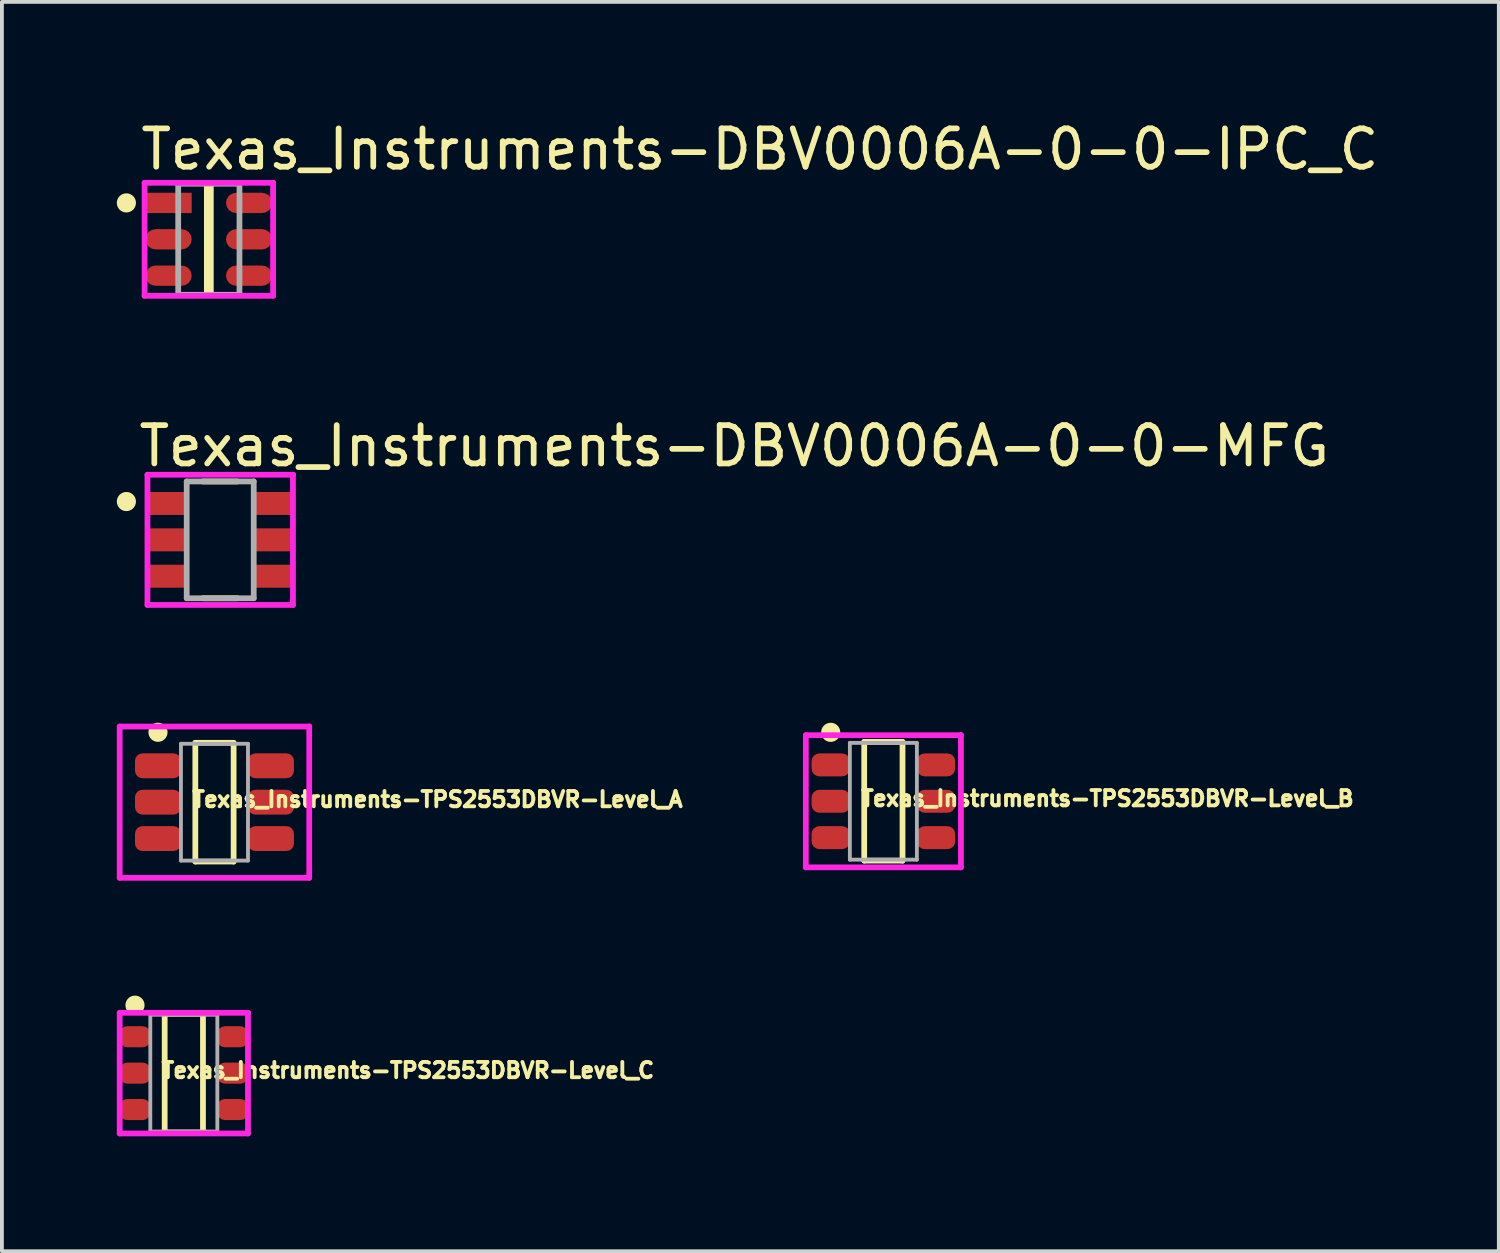
<source format=kicad_pcb>
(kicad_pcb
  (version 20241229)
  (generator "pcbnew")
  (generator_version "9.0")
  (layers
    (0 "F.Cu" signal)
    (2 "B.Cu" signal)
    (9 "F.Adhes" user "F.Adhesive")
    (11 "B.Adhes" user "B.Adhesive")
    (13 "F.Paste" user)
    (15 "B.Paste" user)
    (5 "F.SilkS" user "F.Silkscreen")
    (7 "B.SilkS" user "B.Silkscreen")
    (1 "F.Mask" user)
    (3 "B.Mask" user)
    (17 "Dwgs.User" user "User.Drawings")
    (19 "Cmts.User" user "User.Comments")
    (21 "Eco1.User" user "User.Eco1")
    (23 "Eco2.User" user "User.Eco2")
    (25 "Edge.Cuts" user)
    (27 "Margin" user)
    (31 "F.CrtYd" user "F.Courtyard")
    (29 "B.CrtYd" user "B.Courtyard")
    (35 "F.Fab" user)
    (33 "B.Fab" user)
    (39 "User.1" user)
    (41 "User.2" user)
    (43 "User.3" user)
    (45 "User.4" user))
  (footprint "Texas_Instruments-TPS2553DBVR-Level_B"
    (layer "F.Cu")
    (at 20.016 17.872)
    (property "Reference" "Texas_Instruments-TPS2553DBVR-Level_B" (at -0.635 -0.073 0) (layer "F.SilkS") (effects (font (size 0.4 0.4) (thickness 0.15)) (justify left)))
    (attr through_hole)
    (fp_line (start -0.5 -1.55) (end 0.5 -1.55) (stroke (width 0.15) (type solid)) (layer "F.SilkS"))
    (fp_line (start -0.5 1.55) (end -0.5 -1.55) (stroke (width 0.15) (type solid)) (layer "F.SilkS"))
    (fp_line (start -0.5 1.55) (end 0.5 1.55) (stroke (width 0.15) (type solid)) (layer "F.SilkS"))
    (fp_line (start 0.5 1.55) (end 0.5 -1.55) (stroke (width 0.15) (type solid)) (layer "F.SilkS"))
    (fp_circle (center -1.375 -1.8) (end -1.25 -1.8) (stroke (width 0.25) (type solid)) (fill no) (layer "F.SilkS"))
    (fp_line (start -2.025 -1.725) (end -2.025 1.725) (stroke (width 0.15) (type solid)) (layer "F.CrtYd"))
    (fp_line (start -2.025 1.725) (end 2.025 1.725) (stroke (width 0.15) (type solid)) (layer "F.CrtYd"))
    (fp_line (start 2.025 -1.725) (end -2.025 -1.725) (stroke (width 0.15) (type solid)) (layer "F.CrtYd"))
    (fp_line (start 2.025 -1.725) (end 2.025 -1.725) (stroke (width 0.15) (type solid)) (layer "F.CrtYd"))
    (fp_line (start 2.025 1.725) (end 2.025 -1.725) (stroke (width 0.15) (type solid)) (layer "F.CrtYd"))
    (fp_line (start -0.875 -1.525) (end 0.875 -1.525) (stroke (width 0.1) (type solid)) (layer "F.Fab"))
    (fp_line (start -0.875 1.525) (end -0.875 -1.525) (stroke (width 0.1) (type solid)) (layer "F.Fab"))
    (fp_line (start -0.875 1.525) (end 0.875 1.525) (stroke (width 0.1) (type solid)) (layer "F.Fab"))
    (fp_line (start 0.875 1.525) (end 0.875 -1.525) (stroke (width 0.1) (type solid)) (layer "F.Fab"))
    (pad "1" smd roundrect (at -1.375 -0.95 270) (size 0.6 1) (layers "F.Cu" "F.Mask" "F.Paste") (roundrect_rratio 0.34))
    (pad "2" smd roundrect (at -1.375 -0.000001 270) (size 0.6 1) (layers "F.Cu" "F.Mask" "F.Paste") (roundrect_rratio 0.34))
    (pad "3" smd roundrect (at -1.375 0.95 270) (size 0.6 1) (layers "F.Cu" "F.Mask" "F.Paste") (roundrect_rratio 0.34))
    (pad "4" smd roundrect (at 1.375 0.95 270) (size 0.6 1) (layers "F.Cu" "F.Mask" "F.Paste") (roundrect_rratio 0.34))
    (pad "5" smd roundrect (at 1.375 -0.000001 270) (size 0.6 1) (layers "F.Cu" "F.Mask" "F.Paste") (roundrect_rratio 0.34))
    (pad "6" smd roundrect (at 1.375 -0.95 270) (size 0.6 1) (layers "F.Cu" "F.Mask" "F.Paste") (roundrect_rratio 0.34)))
  (footprint "Texas_Instruments-DBV0006A-0-0-IPC_C"
    (layer "F.Cu")
    (at 2.403 3.198)
    (property "Reference" "Texas_Instruments-DBV0006A-0-0-IPC_C" (at -1.853 -2.35 0) (layer "F.SilkS") (effects (font (size 1 1) (thickness 0.15)) (justify left)))
    (attr through_hole)
    (fp_line (start -0.052 -1.45) (end -0.052 1.45) (stroke (width 0.15) (type solid)) (layer "F.SilkS"))
    (fp_line (start -0.052 1.45) (end 0.052 1.45) (stroke (width 0.15) (type solid)) (layer "F.SilkS"))
    (fp_line (start 0.052 -1.45) (end -0.052 -1.45) (stroke (width 0.15) (type solid)) (layer "F.SilkS"))
    (fp_line (start 0.052 1.45) (end 0.052 -1.45) (stroke (width 0.15) (type solid)) (layer "F.SilkS"))
    (fp_circle (center -2.153 -0.95) (end -2.028 -0.95) (stroke (width 0.25) (type solid)) (fill no) (layer "F.SilkS"))
    (fp_line (start -1.678 -1.475) (end -1.678 1.475) (stroke (width 0.15) (type solid)) (layer "F.CrtYd"))
    (fp_line (start -1.678 1.475) (end 1.678 1.475) (stroke (width 0.15) (type solid)) (layer "F.CrtYd"))
    (fp_line (start 1.678 -1.475) (end -1.678 -1.475) (stroke (width 0.15) (type solid)) (layer "F.CrtYd"))
    (fp_line (start 1.678 -1.475) (end 1.678 -1.475) (stroke (width 0.15) (type solid)) (layer "F.CrtYd"))
    (fp_line (start 1.678 1.475) (end 1.678 -1.475) (stroke (width 0.15) (type solid)) (layer "F.CrtYd"))
    (fp_line (start -0.8 -1.45) (end 0.8 -1.45) (stroke (width 0.15) (type solid)) (layer "F.Fab"))
    (fp_line (start -0.8 1.45) (end -0.8 -1.45) (stroke (width 0.15) (type solid)) (layer "F.Fab"))
    (fp_line (start 0.8 -1.45) (end 0.8 1.45) (stroke (width 0.15) (type solid)) (layer "F.Fab"))
    (fp_line (start 0.8 1.45) (end -0.8 1.45) (stroke (width 0.15) (type solid)) (layer "F.Fab"))
    (pad "1" smd rect (at -1.05 -0.95) (size 1.205 0.53) (layers "F.Cu" "F.Mask" "F.Paste"))
    (pad "2" smd roundrect (at -1.05 0.000001) (size 1.205 0.53) (layers "F.Cu" "F.Mask" "F.Paste") (roundrect_rratio 0.5))
    (pad "3" smd roundrect (at -1.05 0.95) (size 1.205 0.53) (layers "F.Cu" "F.Mask" "F.Paste") (roundrect_rratio 0.5))
    (pad "4" smd roundrect (at 1.05 0.95) (size 1.205 0.53) (layers "F.Cu" "F.Mask" "F.Paste") (roundrect_rratio 0.5))
    (pad "5" smd roundrect (at 1.05 0.000001) (size 1.205 0.53) (layers "F.Cu" "F.Mask" "F.Paste") (roundrect_rratio 0.5))
    (pad "6" smd roundrect (at 1.05 -0.95) (size 1.205 0.53) (layers "F.Cu" "F.Mask" "F.Paste") (roundrect_rratio 0.5)))
  (footprint "Texas_Instruments-DBV0006A-0-0-MFG"
    (layer "F.Cu")
    (at 2.7 11.046)
    (property "Reference" "Texas_Instruments-DBV0006A-0-0-MFG" (at -2.2 -2.45 0) (layer "F.SilkS") (effects (font (size 1 1) (thickness 0.15)) (justify left)))
    (attr through_hole)
    (fp_line (start -0.45 -1.525) (end 0.45 -1.525) (stroke (width 0.15) (type solid)) (layer "F.SilkS"))
    (fp_line (start -0.45 1.525) (end 0.45 1.525) (stroke (width 0.15) (type solid)) (layer "F.SilkS"))
    (fp_circle (center -2.45 -1) (end -2.325 -1) (stroke (width 0.25) (type solid)) (fill no) (layer "F.SilkS"))
    (fp_line (start -1.9 -1.7) (end -1.9 1.7) (stroke (width 0.15) (type solid)) (layer "F.CrtYd"))
    (fp_line (start -1.9 1.7) (end 1.9 1.7) (stroke (width 0.15) (type solid)) (layer "F.CrtYd"))
    (fp_line (start 1.9 -1.7) (end -1.9 -1.7) (stroke (width 0.15) (type solid)) (layer "F.CrtYd"))
    (fp_line (start 1.9 -1.7) (end 1.9 -1.7) (stroke (width 0.15) (type solid)) (layer "F.CrtYd"))
    (fp_line (start 1.9 1.7) (end 1.9 -1.7) (stroke (width 0.15) (type solid)) (layer "F.CrtYd"))
    (fp_line (start -0.875 -1.525) (end 0.875 -1.525) (stroke (width 0.15) (type solid)) (layer "F.Fab"))
    (fp_line (start -0.875 1.525) (end -0.875 -1.525) (stroke (width 0.15) (type solid)) (layer "F.Fab"))
    (fp_line (start 0.875 -1.525) (end 0.875 1.525) (stroke (width 0.15) (type solid)) (layer "F.Fab"))
    (fp_line (start 0.875 1.525) (end -0.875 1.525) (stroke (width 0.15) (type solid)) (layer "F.Fab"))
    (pad "" smd rect (at -1.35 -0.95) (size 1 0.55) (layers "F.Paste"))
    (pad "" smd rect (at -1.35 0) (size 1 0.55) (layers "F.Paste"))
    (pad "" smd rect (at -1.35 0.95) (size 1 0.55) (layers "F.Paste"))
    (pad "" smd rect (at 1.35 -0.95) (size 1 0.55) (layers "F.Paste"))
    (pad "" smd rect (at 1.35 0) (size 1 0.55) (layers "F.Paste"))
    (pad "" smd rect (at 1.35 0.95) (size 1 0.55) (layers "F.Paste"))
    (pad "1" smd rect (at -1.35 -0.95) (size 1.05 0.6) (layers "F.Cu" "F.Mask"))
    (pad "2" smd rect (at -1.35 0) (size 1.05 0.6) (layers "F.Cu" "F.Mask"))
    (pad "3" smd rect (at -1.35 0.95) (size 1.05 0.6) (layers "F.Cu" "F.Mask"))
    (pad "4" smd rect (at 1.35 0.95) (size 1.05 0.6) (layers "F.Cu" "F.Mask"))
    (pad "5" smd rect (at 1.35 0) (size 1.05 0.6) (layers "F.Cu" "F.Mask"))
    (pad "6" smd rect (at 1.35 -0.95) (size 1.05 0.6) (layers "F.Cu" "F.Mask")))
  (footprint "Texas_Instruments-TPS2553DBVR-Level_C"
    (layer "F.Cu")
    (at 1.75 24.971)
    (property "Reference" "Texas_Instruments-TPS2553DBVR-Level_C" (at -0.635 -0.073 0) (layer "F.SilkS") (effects (font (size 0.4 0.4) (thickness 0.15)) (justify left)))
    (attr through_hole)
    (fp_line (start -0.5 -1.55) (end 0.5 -1.55) (stroke (width 0.15) (type solid)) (layer "F.SilkS"))
    (fp_line (start -0.5 1.55) (end -0.5 -1.55) (stroke (width 0.15) (type solid)) (layer "F.SilkS"))
    (fp_line (start -0.5 1.55) (end 0.5 1.55) (stroke (width 0.15) (type solid)) (layer "F.SilkS"))
    (fp_line (start 0.5 1.55) (end 0.5 -1.55) (stroke (width 0.15) (type solid)) (layer "F.SilkS"))
    (fp_circle (center -1.275 -1.775) (end -1.15 -1.775) (stroke (width 0.25) (type solid)) (fill no) (layer "F.SilkS"))
    (fp_line (start -1.675 -1.575) (end -1.675 1.575) (stroke (width 0.15) (type solid)) (layer "F.CrtYd"))
    (fp_line (start -1.675 1.575) (end 1.675 1.575) (stroke (width 0.15) (type solid)) (layer "F.CrtYd"))
    (fp_line (start 1.675 -1.575) (end -1.675 -1.575) (stroke (width 0.15) (type solid)) (layer "F.CrtYd"))
    (fp_line (start 1.675 -1.575) (end 1.675 -1.575) (stroke (width 0.15) (type solid)) (layer "F.CrtYd"))
    (fp_line (start 1.675 1.575) (end 1.675 -1.575) (stroke (width 0.15) (type solid)) (layer "F.CrtYd"))
    (fp_line (start -0.875 -1.525) (end 0.875 -1.525) (stroke (width 0.1) (type solid)) (layer "F.Fab"))
    (fp_line (start -0.875 1.525) (end -0.875 -1.525) (stroke (width 0.1) (type solid)) (layer "F.Fab"))
    (fp_line (start -0.875 1.525) (end 0.875 1.525) (stroke (width 0.1) (type solid)) (layer "F.Fab"))
    (fp_line (start 0.875 1.525) (end 0.875 -1.525) (stroke (width 0.1) (type solid)) (layer "F.Fab"))
    (pad "1" smd roundrect (at -1.275 -0.95 270) (size 0.55 0.8) (layers "F.Cu" "F.Mask" "F.Paste") (roundrect_rratio 0.36))
    (pad "2" smd roundrect (at -1.275 -0.000001 270) (size 0.55 0.8) (layers "F.Cu" "F.Mask" "F.Paste") (roundrect_rratio 0.36))
    (pad "3" smd roundrect (at -1.275 0.95 270) (size 0.55 0.8) (layers "F.Cu" "F.Mask" "F.Paste") (roundrect_rratio 0.36))
    (pad "4" smd roundrect (at 1.275 0.95 270) (size 0.55 0.8) (layers "F.Cu" "F.Mask" "F.Paste") (roundrect_rratio 0.36))
    (pad "5" smd roundrect (at 1.275 -0.000001 270) (size 0.55 0.8) (layers "F.Cu" "F.Mask" "F.Paste") (roundrect_rratio 0.36))
    (pad "6" smd roundrect (at 1.275 -0.95 270) (size 0.55 0.8) (layers "F.Cu" "F.Mask" "F.Paste") (roundrect_rratio 0.36)))
  (footprint "Texas_Instruments-TPS2553DBVR-Level_A"
    (layer "F.Cu")
    (at 2.55 17.896)
    (property "Reference" "Texas_Instruments-TPS2553DBVR-Level_A" (at -0.635 -0.073 0) (layer "F.SilkS") (effects (font (size 0.4 0.4) (thickness 0.15)) (justify left)))
    (attr through_hole)
    (fp_line (start -0.5 -1.55) (end 0.5 -1.55) (stroke (width 0.15) (type solid)) (layer "F.SilkS"))
    (fp_line (start -0.5 1.55) (end -0.5 -1.55) (stroke (width 0.15) (type solid)) (layer "F.SilkS"))
    (fp_line (start -0.5 1.55) (end 0.5 1.55) (stroke (width 0.15) (type solid)) (layer "F.SilkS"))
    (fp_line (start 0.5 1.55) (end 0.5 -1.55) (stroke (width 0.15) (type solid)) (layer "F.SilkS"))
    (fp_circle (center -1.475 -1.825) (end -1.35 -1.825) (stroke (width 0.25) (type solid)) (fill no) (layer "F.SilkS"))
    (fp_line (start -2.475 -1.975) (end -2.475 1.975) (stroke (width 0.15) (type solid)) (layer "F.CrtYd"))
    (fp_line (start -2.475 1.975) (end 2.475 1.975) (stroke (width 0.15) (type solid)) (layer "F.CrtYd"))
    (fp_line (start 2.475 -1.975) (end -2.475 -1.975) (stroke (width 0.15) (type solid)) (layer "F.CrtYd"))
    (fp_line (start 2.475 -1.975) (end 2.475 -1.975) (stroke (width 0.15) (type solid)) (layer "F.CrtYd"))
    (fp_line (start 2.475 1.975) (end 2.475 -1.975) (stroke (width 0.15) (type solid)) (layer "F.CrtYd"))
    (fp_line (start -0.875 -1.525) (end 0.875 -1.525) (stroke (width 0.1) (type solid)) (layer "F.Fab"))
    (fp_line (start -0.875 1.525) (end -0.875 -1.525) (stroke (width 0.1) (type solid)) (layer "F.Fab"))
    (fp_line (start -0.875 1.525) (end 0.875 1.525) (stroke (width 0.1) (type solid)) (layer "F.Fab"))
    (fp_line (start 0.875 1.525) (end 0.875 -1.525) (stroke (width 0.1) (type solid)) (layer "F.Fab"))
    (pad "1" smd roundrect (at -1.475 -0.95 270) (size 0.65 1.2) (layers "F.Cu" "F.Mask" "F.Paste") (roundrect_rratio 0.3))
    (pad "2" smd roundrect (at -1.475 -0.000001 270) (size 0.65 1.2) (layers "F.Cu" "F.Mask" "F.Paste") (roundrect_rratio 0.3))
    (pad "3" smd roundrect (at -1.475 0.95 270) (size 0.65 1.2) (layers "F.Cu" "F.Mask" "F.Paste") (roundrect_rratio 0.3))
    (pad "4" smd roundrect (at 1.475 0.95 270) (size 0.65 1.2) (layers "F.Cu" "F.Mask" "F.Paste") (roundrect_rratio 0.3))
    (pad "5" smd roundrect (at 1.475 -0.000001 270) (size 0.65 1.2) (layers "F.Cu" "F.Mask" "F.Paste") (roundrect_rratio 0.3))
    (pad "6" smd roundrect (at 1.475 -0.95 270) (size 0.65 1.2) (layers "F.Cu" "F.Mask" "F.Paste") (roundrect_rratio 0.3)))
  (gr_rect
    (start -3 -3)
    (end 36.086 29.621)
    (stroke (width 0.1) (type default))
    (fill no)
    (layer "Edge.Cuts")))
</source>
